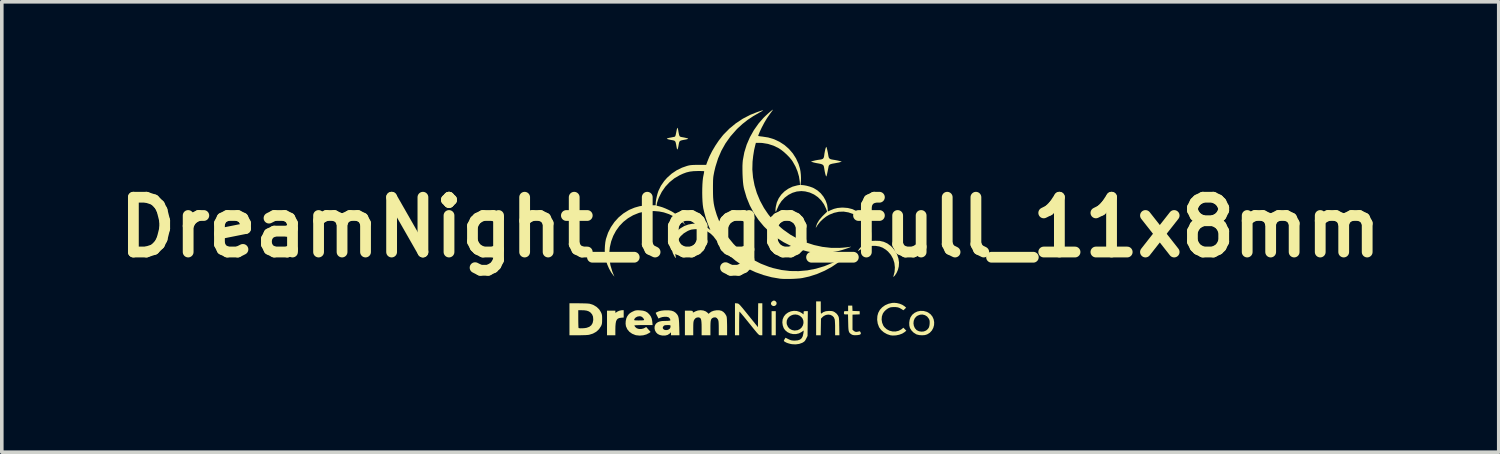
<source format=kicad_pcb>
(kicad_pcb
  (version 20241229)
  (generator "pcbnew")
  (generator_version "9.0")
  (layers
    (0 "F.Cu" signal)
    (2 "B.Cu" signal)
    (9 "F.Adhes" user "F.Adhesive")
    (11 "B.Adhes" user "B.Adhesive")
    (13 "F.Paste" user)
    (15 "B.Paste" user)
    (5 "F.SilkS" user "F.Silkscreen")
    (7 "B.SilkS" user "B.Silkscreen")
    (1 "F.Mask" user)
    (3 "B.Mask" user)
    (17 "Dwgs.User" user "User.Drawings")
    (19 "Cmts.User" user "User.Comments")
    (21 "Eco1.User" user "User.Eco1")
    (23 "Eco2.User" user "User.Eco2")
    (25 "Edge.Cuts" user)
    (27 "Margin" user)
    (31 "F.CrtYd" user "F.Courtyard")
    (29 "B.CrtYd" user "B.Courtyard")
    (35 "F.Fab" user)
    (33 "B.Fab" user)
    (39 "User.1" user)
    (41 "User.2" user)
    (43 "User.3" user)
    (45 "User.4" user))
  (footprint "DreamNight_logo_full_11x8mm"
    (layer "F.Cu")
    (at 17.824 3.272)
    (property "Reference" "DreamNight_logo_full_11x8mm" (at 0 0 0) (layer "F.SilkS") (effects (font (size 1.524 1.524) (thickness 0.3))))
    (attr board_only exclude_from_pos_files exclude_from_bom)
    (fp_poly (pts (xy 0.709 3.006) (xy 0.593 3.006) (xy 0.593 2.335) (xy 0.709 2.335)) (stroke (width 0) (type solid)) (fill yes) (layer "F.SilkS"))
    (fp_poly (pts (xy 0.709 2.064) (xy 0.732 2.1) (xy 0.73 2.138) (xy 0.715 2.164) (xy 0.685 2.187) (xy 0.646 2.193) (xy 0.608 2.18) (xy 0.604 2.177) (xy 0.577 2.143) (xy 0.576 2.106) (xy 0.598 2.071) (xy 0.638 2.043) (xy 0.676 2.042)) (stroke (width 0) (type solid)) (fill yes) (layer "F.SilkS"))
    (fp_poly (pts (xy -3.522 2.512) (xy -3.593 2.518) (xy -3.644 2.526) (xy -3.684 2.543) (xy -3.712 2.571) (xy -3.733 2.614) (xy -3.745 2.674) (xy -3.752 2.754) (xy -3.754 2.848) (xy -3.754 3.006) (xy -3.986 3.006) (xy -3.986 2.322) (xy -3.754 2.322) (xy -3.754 2.356) (xy -3.752 2.38) (xy -3.744 2.38) (xy -3.731 2.37) (xy -3.687 2.341) (xy -3.63 2.319) (xy -3.575 2.309) (xy -3.567 2.309) (xy -3.522 2.309)) (stroke (width 0) (type solid)) (fill yes) (layer "F.SilkS"))
    (fp_poly (pts (xy -0.371 2.118) (xy -0.356 2.12) (xy -0.343 2.123) (xy -0.328 2.13) (xy -0.311 2.143) (xy -0.29 2.164) (xy -0.262 2.195) (xy -0.225 2.238) (xy -0.178 2.295) (xy -0.118 2.369) (xy -0.052 2.451) (xy 0.213 2.78) (xy 0.22 2.116) (xy 0.335 2.116) (xy 0.335 3.006) (xy 0.286 3.006) (xy 0.273 3.005) (xy 0.26 3.003) (xy 0.246 2.996) (xy 0.229 2.982) (xy 0.208 2.961) (xy 0.179 2.929) (xy 0.142 2.884) (xy 0.094 2.826) (xy 0.033 2.75) (xy -0.026 2.677) (xy -0.09 2.598) (xy -0.149 2.525) (xy -0.201 2.462) (xy -0.244 2.411) (xy -0.276 2.373) (xy -0.295 2.352) (xy -0.3 2.348) (xy -0.303 2.36) (xy -0.305 2.395) (xy -0.307 2.448) (xy -0.308 2.518) (xy -0.309 2.599) (xy -0.31 2.677) (xy -0.31 3.006) (xy -0.426 3.006) (xy -0.426 2.114)) (stroke (width 0) (type solid)) (fill yes) (layer "F.SilkS"))
    (fp_poly (pts (xy 2.841 2.254) (xy 2.844 2.328) (xy 2.944 2.332) (xy 3.044 2.336) (xy 3.044 2.424) (xy 2.944 2.428) (xy 2.844 2.432) (xy 2.844 2.853) (xy 2.882 2.885) (xy 2.916 2.907) (xy 2.955 2.912) (xy 3.006 2.903) (xy 3.026 2.897) (xy 3.048 2.896) (xy 3.064 2.915) (xy 3.068 2.923) (xy 3.077 2.955) (xy 3.066 2.978) (xy 3.036 2.993) (xy 2.982 3.001) (xy 2.951 3.003) (xy 2.896 3.004) (xy 2.858 2.999) (xy 2.829 2.989) (xy 2.816 2.981) (xy 2.787 2.961) (xy 2.765 2.941) (xy 2.749 2.915) (xy 2.738 2.882) (xy 2.731 2.835) (xy 2.727 2.772) (xy 2.725 2.688) (xy 2.724 2.655) (xy 2.719 2.425) (xy 2.663 2.425) (xy 2.627 2.424) (xy 2.611 2.417) (xy 2.606 2.399) (xy 2.606 2.38) (xy 2.607 2.352) (xy 2.615 2.339) (xy 2.638 2.335) (xy 2.664 2.335) (xy 2.722 2.335) (xy 2.722 2.18) (xy 2.837 2.18)) (stroke (width 0) (type solid)) (fill yes) (layer "F.SilkS"))
    (fp_poly (pts (xy 1.961 2.24) (xy 1.961 2.31) (xy 1.962 2.358) (xy 1.964 2.387) (xy 1.968 2.401) (xy 1.974 2.403) (xy 1.983 2.397) (xy 1.983 2.396) (xy 2.038 2.359) (xy 2.102 2.337) (xy 2.182 2.329) (xy 2.193 2.329) (xy 2.248 2.33) (xy 2.288 2.336) (xy 2.322 2.348) (xy 2.348 2.363) (xy 2.403 2.406) (xy 2.438 2.453) (xy 2.449 2.474) (xy 2.458 2.494) (xy 2.464 2.518) (xy 2.468 2.551) (xy 2.471 2.595) (xy 2.473 2.656) (xy 2.474 2.738) (xy 2.475 2.757) (xy 2.479 3.006) (xy 2.361 3.006) (xy 2.36 2.809) (xy 2.36 2.736) (xy 2.357 2.668) (xy 2.354 2.611) (xy 2.35 2.572) (xy 2.348 2.562) (xy 2.324 2.505) (xy 2.282 2.464) (xy 2.229 2.438) (xy 2.169 2.43) (xy 2.106 2.44) (xy 2.047 2.468) (xy 2.014 2.495) (xy 1.967 2.542) (xy 1.963 2.774) (xy 1.959 3.006) (xy 1.832 3.006) (xy 1.832 2.064) (xy 1.961 2.064)) (stroke (width 0) (type solid)) (fill yes) (layer "F.SilkS"))
    (fp_poly (pts (xy 4.08 2.11) (xy 4.158 2.129) (xy 4.229 2.158) (xy 4.284 2.193) (xy 4.288 2.196) (xy 4.336 2.238) (xy 4.299 2.274) (xy 4.261 2.31) (xy 4.193 2.268) (xy 4.147 2.243) (xy 4.104 2.229) (xy 4.051 2.222) (xy 4.035 2.221) (xy 3.979 2.221) (xy 3.924 2.225) (xy 3.889 2.232) (xy 3.832 2.258) (xy 3.773 2.3) (xy 3.722 2.352) (xy 3.688 2.403) (xy 3.661 2.482) (xy 3.654 2.569) (xy 3.668 2.656) (xy 3.7 2.735) (xy 3.729 2.777) (xy 3.794 2.837) (xy 3.871 2.878) (xy 3.955 2.899) (xy 4.041 2.901) (xy 4.125 2.882) (xy 4.201 2.843) (xy 4.22 2.828) (xy 4.259 2.795) (xy 4.3 2.837) (xy 4.341 2.878) (xy 4.296 2.916) (xy 4.228 2.959) (xy 4.145 2.99) (xy 4.053 3.009) (xy 3.962 3.013) (xy 3.899 3.006) (xy 3.803 2.974) (xy 3.715 2.924) (xy 3.641 2.86) (xy 3.585 2.784) (xy 3.58 2.773) (xy 3.545 2.678) (xy 3.53 2.574) (xy 3.536 2.469) (xy 3.56 2.382) (xy 3.605 2.299) (xy 3.67 2.228) (xy 3.751 2.17) (xy 3.845 2.129) (xy 3.947 2.106) (xy 4.007 2.103)) (stroke (width 0) (type solid)) (fill yes) (layer "F.SilkS"))
    (fp_poly (pts (xy -2.018 -2.752) (xy -2.009 -2.718) (xy -2 -2.673) (xy -2 -2.667) (xy -1.988 -2.603) (xy -1.978 -2.56) (xy -1.965 -2.533) (xy -1.948 -2.519) (xy -1.923 -2.511) (xy -1.913 -2.509) (xy -1.84 -2.496) (xy -1.783 -2.483) (xy -1.745 -2.473) (xy -1.729 -2.464) (xy -1.729 -2.463) (xy -1.74 -2.455) (xy -1.77 -2.446) (xy -1.803 -2.439) (xy -1.871 -2.427) (xy -1.918 -2.416) (xy -1.949 -2.404) (xy -1.968 -2.386) (xy -1.98 -2.358) (xy -1.989 -2.316) (xy -1.999 -2.257) (xy -2.011 -2.201) (xy -2.022 -2.17) (xy -2.032 -2.164) (xy -2.041 -2.184) (xy -2.044 -2.195) (xy -2.051 -2.234) (xy -2.06 -2.283) (xy -2.064 -2.307) (xy -2.076 -2.36) (xy -2.092 -2.392) (xy -2.116 -2.41) (xy -2.152 -2.419) (xy -2.219 -2.431) (xy -2.272 -2.443) (xy -2.308 -2.454) (xy -2.322 -2.464) (xy -2.322 -2.464) (xy -2.31 -2.472) (xy -2.28 -2.482) (xy -2.248 -2.489) (xy -2.198 -2.498) (xy -2.151 -2.508) (xy -2.129 -2.512) (xy -2.111 -2.516) (xy -2.098 -2.521) (xy -2.088 -2.532) (xy -2.08 -2.552) (xy -2.071 -2.586) (xy -2.061 -2.637) (xy -2.05 -2.693) (xy -2.041 -2.733) (xy -2.032 -2.76) (xy -2.025 -2.767)) (stroke (width 0) (type solid)) (fill yes) (layer "F.SilkS"))
    (fp_poly (pts (xy 4.82 2.329) (xy 4.908 2.353) (xy 4.946 2.371) (xy 5.016 2.422) (xy 5.068 2.487) (xy 5.101 2.561) (xy 5.116 2.641) (xy 5.113 2.722) (xy 5.091 2.801) (xy 5.052 2.873) (xy 4.995 2.935) (xy 4.921 2.981) (xy 4.858 3) (xy 4.782 3.006) (xy 4.704 3.001) (xy 4.632 2.984) (xy 4.612 2.975) (xy 4.544 2.932) (xy 4.486 2.874) (xy 4.444 2.807) (xy 4.441 2.801) (xy 4.425 2.735) (xy 4.423 2.674) (xy 4.54 2.674) (xy 4.551 2.744) (xy 4.579 2.807) (xy 4.624 2.859) (xy 4.633 2.865) (xy 4.693 2.894) (xy 4.761 2.905) (xy 4.829 2.899) (xy 4.889 2.875) (xy 4.899 2.868) (xy 4.944 2.827) (xy 4.972 2.783) (xy 4.986 2.725) (xy 4.99 2.684) (xy 4.991 2.631) (xy 4.987 2.593) (xy 4.975 2.56) (xy 4.965 2.542) (xy 4.92 2.484) (xy 4.861 2.447) (xy 4.795 2.429) (xy 4.725 2.433) (xy 4.657 2.459) (xy 4.616 2.487) (xy 4.573 2.539) (xy 4.547 2.604) (xy 4.54 2.674) (xy 4.423 2.674) (xy 4.422 2.658) (xy 4.433 2.58) (xy 4.456 2.51) (xy 4.457 2.507) (xy 4.505 2.436) (xy 4.57 2.382) (xy 4.647 2.345) (xy 4.732 2.327)) (stroke (width 0) (type solid)) (fill yes) (layer "F.SilkS"))
    (fp_poly (pts (xy -4.776 2.116) (xy -4.694 2.117) (xy -4.616 2.119) (xy -4.549 2.121) (xy -4.498 2.125) (xy -4.467 2.129) (xy -4.466 2.129) (xy -4.363 2.164) (xy -4.275 2.217) (xy -4.203 2.287) (xy -4.158 2.358) (xy -4.141 2.395) (xy -4.13 2.429) (xy -4.124 2.466) (xy -4.122 2.516) (xy -4.122 2.561) (xy -4.123 2.625) (xy -4.126 2.671) (xy -4.134 2.707) (xy -4.147 2.74) (xy -4.152 2.751) (xy -4.209 2.837) (xy -4.284 2.907) (xy -4.377 2.959) (xy -4.484 2.992) (xy -4.489 2.993) (xy -4.524 2.997) (xy -4.58 3.001) (xy -4.649 3.003) (xy -4.728 3.005) (xy -4.794 3.006) (xy -5.031 3.006) (xy -5.031 2.309) (xy -4.786 2.309) (xy -4.786 2.552) (xy -4.785 2.629) (xy -4.784 2.696) (xy -4.782 2.751) (xy -4.78 2.788) (xy -4.777 2.804) (xy -4.777 2.804) (xy -4.758 2.809) (xy -4.721 2.812) (xy -4.672 2.811) (xy -4.62 2.808) (xy -4.571 2.801) (xy -4.554 2.798) (xy -4.479 2.771) (xy -4.423 2.727) (xy -4.386 2.665) (xy -4.37 2.588) (xy -4.369 2.561) (xy -4.376 2.485) (xy -4.401 2.425) (xy -4.444 2.374) (xy -4.45 2.369) (xy -4.495 2.34) (xy -4.549 2.321) (xy -4.619 2.311) (xy -4.686 2.309) (xy -4.786 2.309) (xy -5.031 2.309) (xy -5.031 2.116)) (stroke (width 0) (type solid)) (fill yes) (layer "F.SilkS"))
    (fp_poly (pts (xy 2.116 -2.236) (xy 2.123 -2.218) (xy 2.134 -2.181) (xy 2.146 -2.13) (xy 2.158 -2.073) (xy 2.168 -2.015) (xy 2.173 -1.983) (xy 2.184 -1.939) (xy 2.204 -1.91) (xy 2.239 -1.891) (xy 2.294 -1.88) (xy 2.309 -1.878) (xy 2.362 -1.869) (xy 2.424 -1.857) (xy 2.463 -1.848) (xy 2.546 -1.827) (xy 2.5 -1.811) (xy 2.464 -1.801) (xy 2.412 -1.791) (xy 2.357 -1.781) (xy 2.352 -1.78) (xy 2.283 -1.768) (xy 2.235 -1.755) (xy 2.205 -1.739) (xy 2.187 -1.717) (xy 2.178 -1.69) (xy 2.172 -1.656) (xy 2.162 -1.606) (xy 2.151 -1.55) (xy 2.147 -1.532) (xy 2.136 -1.481) (xy 2.126 -1.44) (xy 2.118 -1.416) (xy 2.115 -1.412) (xy 2.108 -1.421) (xy 2.097 -1.448) (xy 2.086 -1.487) (xy 2.073 -1.545) (xy 2.062 -1.607) (xy 2.057 -1.641) (xy 2.048 -1.689) (xy 2.033 -1.723) (xy 2.006 -1.745) (xy 1.963 -1.761) (xy 1.9 -1.774) (xy 1.893 -1.775) (xy 1.836 -1.785) (xy 1.782 -1.797) (xy 1.741 -1.808) (xy 1.736 -1.81) (xy 1.686 -1.827) (xy 1.762 -1.848) (xy 1.821 -1.862) (xy 1.885 -1.874) (xy 1.916 -1.878) (xy 1.975 -1.887) (xy 2.015 -1.901) (xy 2.038 -1.924) (xy 2.051 -1.961) (xy 2.056 -1.995) (xy 2.064 -2.052) (xy 2.075 -2.11) (xy 2.086 -2.162) (xy 2.098 -2.204) (xy 2.108 -2.23) (xy 2.115 -2.236)) (stroke (width 0) (type solid)) (fill yes) (layer "F.SilkS"))
    (fp_poly (pts (xy -3.096 2.311) (xy -3.072 2.312) (xy -2.986 2.321) (xy -2.918 2.341) (xy -2.862 2.373) (xy -2.813 2.42) (xy -2.771 2.476) (xy -2.744 2.537) (xy -2.729 2.61) (xy -2.726 2.639) (xy -2.718 2.722) (xy -2.972 2.722) (xy -3.049 2.722) (xy -3.117 2.724) (xy -3.172 2.726) (xy -3.209 2.729) (xy -3.225 2.733) (xy -3.225 2.733) (xy -3.218 2.75) (xy -3.2 2.776) (xy -3.198 2.778) (xy -3.157 2.812) (xy -3.101 2.83) (xy -3.037 2.832) (xy -2.974 2.818) (xy -2.935 2.799) (xy -2.896 2.775) (xy -2.835 2.844) (xy -2.773 2.914) (xy -2.811 2.941) (xy -2.889 2.982) (xy -2.98 3.007) (xy -3.077 3.015) (xy -3.173 3.005) (xy -3.199 2.999) (xy -3.289 2.962) (xy -3.364 2.908) (xy -3.421 2.84) (xy -3.457 2.76) (xy -3.459 2.755) (xy -3.469 2.685) (xy -3.465 2.609) (xy -3.458 2.578) (xy -3.23 2.578) (xy -3.225 2.586) (xy -3.209 2.59) (xy -3.178 2.592) (xy -3.127 2.593) (xy -3.095 2.593) (xy -3.032 2.592) (xy -2.991 2.59) (xy -2.967 2.587) (xy -2.956 2.58) (xy -2.954 2.573) (xy -2.963 2.551) (xy -2.984 2.523) (xy -2.992 2.514) (xy -3.024 2.489) (xy -3.058 2.478) (xy -3.088 2.477) (xy -3.141 2.486) (xy -3.188 2.511) (xy -3.22 2.546) (xy -3.229 2.567) (xy -3.23 2.578) (xy -3.458 2.578) (xy -3.449 2.536) (xy -3.428 2.487) (xy -3.391 2.433) (xy -3.351 2.393) (xy -3.297 2.359) (xy -3.259 2.341) (xy -3.219 2.323) (xy -3.184 2.314) (xy -3.146 2.31)) (stroke (width 0) (type solid)) (fill yes) (layer "F.SilkS"))
    (fp_poly (pts (xy -1.304 2.317) (xy -1.236 2.343) (xy -1.183 2.384) (xy -1.183 2.384) (xy -1.159 2.41) (xy -1.133 2.384) (xy -1.082 2.348) (xy -1.015 2.323) (xy -0.94 2.31) (xy -0.865 2.31) (xy -0.8 2.325) (xy -0.796 2.327) (xy -0.748 2.357) (xy -0.703 2.404) (xy -0.67 2.458) (xy -0.659 2.486) (xy -0.654 2.515) (xy -0.65 2.564) (xy -0.648 2.628) (xy -0.646 2.703) (xy -0.645 2.77) (xy -0.645 3.006) (xy -0.877 3.006) (xy -0.877 2.809) (xy -0.878 2.729) (xy -0.88 2.67) (xy -0.883 2.627) (xy -0.889 2.596) (xy -0.897 2.572) (xy -0.9 2.567) (xy -0.932 2.525) (xy -0.974 2.506) (xy -1.023 2.512) (xy -1.031 2.515) (xy -1.058 2.529) (xy -1.079 2.548) (xy -1.093 2.576) (xy -1.102 2.616) (xy -1.107 2.672) (xy -1.109 2.747) (xy -1.109 2.805) (xy -1.109 3.006) (xy -1.354 3.006) (xy -1.354 2.799) (xy -1.355 2.706) (xy -1.359 2.636) (xy -1.365 2.586) (xy -1.375 2.551) (xy -1.391 2.528) (xy -1.412 2.515) (xy -1.431 2.509) (xy -1.483 2.51) (xy -1.528 2.534) (xy -1.563 2.578) (xy -1.564 2.58) (xy -1.573 2.603) (xy -1.58 2.633) (xy -1.584 2.673) (xy -1.586 2.729) (xy -1.587 2.806) (xy -1.587 2.815) (xy -1.587 3.006) (xy -1.819 3.006) (xy -1.819 2.322) (xy -1.709 2.322) (xy -1.656 2.322) (xy -1.623 2.325) (xy -1.607 2.33) (xy -1.6 2.339) (xy -1.6 2.348) (xy -1.599 2.365) (xy -1.593 2.371) (xy -1.577 2.367) (xy -1.546 2.351) (xy -1.527 2.341) (xy -1.457 2.316) (xy -1.38 2.308)) (stroke (width 0) (type solid)) (fill yes) (layer "F.SilkS"))
    (fp_poly (pts (xy -2.191 2.322) (xy -2.129 2.344) (xy -2.079 2.378) (xy -2.067 2.39) (xy -2.039 2.421) (xy -2.018 2.452) (xy -2.003 2.488) (xy -1.992 2.533) (xy -1.985 2.591) (xy -1.98 2.666) (xy -1.977 2.762) (xy -1.976 2.77) (xy -1.971 3.006) (xy -2.206 3.006) (xy -2.206 2.923) (xy -2.243 2.959) (xy -2.3 2.996) (xy -2.371 3.014) (xy -2.451 3.013) (xy -2.518 2.998) (xy -2.577 2.969) (xy -2.622 2.924) (xy -2.652 2.869) (xy -2.664 2.81) (xy -2.662 2.781) (xy -2.434 2.781) (xy -2.433 2.812) (xy -2.415 2.838) (xy -2.384 2.856) (xy -2.343 2.862) (xy -2.298 2.856) (xy -2.271 2.845) (xy -2.237 2.819) (xy -2.221 2.783) (xy -2.219 2.753) (xy -2.22 2.736) (xy -2.229 2.727) (xy -2.251 2.723) (xy -2.291 2.722) (xy -2.303 2.722) (xy -2.353 2.724) (xy -2.386 2.73) (xy -2.408 2.744) (xy -2.412 2.748) (xy -2.434 2.781) (xy -2.662 2.781) (xy -2.659 2.75) (xy -2.634 2.696) (xy -2.605 2.665) (xy -2.566 2.639) (xy -2.518 2.621) (xy -2.458 2.61) (xy -2.378 2.606) (xy -2.352 2.606) (xy -2.299 2.605) (xy -2.257 2.601) (xy -2.231 2.597) (xy -2.226 2.594) (xy -2.225 2.571) (xy -2.239 2.541) (xy -2.262 2.515) (xy -2.279 2.504) (xy -2.326 2.492) (xy -2.385 2.491) (xy -2.447 2.499) (xy -2.499 2.515) (xy -2.554 2.54) (xy -2.593 2.464) (xy -2.613 2.424) (xy -2.626 2.395) (xy -2.632 2.382) (xy -2.621 2.374) (xy -2.593 2.36) (xy -2.564 2.347) (xy -2.517 2.331) (xy -2.463 2.32) (xy -2.393 2.313) (xy -2.366 2.312) (xy -2.268 2.312)) (stroke (width 0) (type solid)) (fill yes) (layer "F.SilkS"))
    (fp_poly (pts (xy 1.293 2.33) (xy 1.374 2.355) (xy 1.432 2.388) (xy 1.483 2.425) (xy 1.483 2.38) (xy 1.485 2.352) (xy 1.493 2.339) (xy 1.515 2.335) (xy 1.542 2.335) (xy 1.601 2.335) (xy 1.593 3.025) (xy 1.554 3.102) (xy 1.529 3.148) (xy 1.505 3.178) (xy 1.471 3.201) (xy 1.445 3.216) (xy 1.36 3.246) (xy 1.262 3.259) (xy 1.16 3.254) (xy 1.114 3.245) (xy 1.065 3.232) (xy 1.021 3.217) (xy 0.998 3.207) (xy 0.958 3.185) (xy 0.938 3.169) (xy 0.934 3.154) (xy 0.944 3.133) (xy 0.952 3.119) (xy 0.98 3.074) (xy 1.06 3.114) (xy 1.109 3.136) (xy 1.151 3.148) (xy 1.199 3.153) (xy 1.238 3.154) (xy 1.321 3.147) (xy 1.384 3.126) (xy 1.43 3.087) (xy 1.46 3.03) (xy 1.477 2.953) (xy 1.478 2.949) (xy 1.487 2.873) (xy 1.43 2.913) (xy 1.355 2.953) (xy 1.273 2.972) (xy 1.189 2.972) (xy 1.107 2.954) (xy 1.033 2.918) (xy 0.971 2.866) (xy 0.93 2.808) (xy 0.903 2.731) (xy 0.894 2.665) (xy 1.011 2.665) (xy 1.018 2.706) (xy 1.049 2.774) (xy 1.097 2.826) (xy 1.16 2.86) (xy 1.232 2.874) (xy 1.311 2.865) (xy 1.319 2.863) (xy 1.381 2.834) (xy 1.43 2.788) (xy 1.464 2.73) (xy 1.48 2.666) (xy 1.477 2.601) (xy 1.453 2.539) (xy 1.435 2.514) (xy 1.38 2.465) (xy 1.319 2.437) (xy 1.254 2.427) (xy 1.19 2.434) (xy 1.131 2.457) (xy 1.079 2.493) (xy 1.039 2.541) (xy 1.015 2.599) (xy 1.011 2.665) (xy 0.894 2.665) (xy 0.892 2.647) (xy 0.9 2.567) (xy 0.902 2.559) (xy 0.935 2.483) (xy 0.986 2.42) (xy 1.052 2.372) (xy 1.128 2.34) (xy 1.21 2.326)) (stroke (width 0) (type solid)) (fill yes) (layer "F.SilkS"))
    (fp_poly (pts (xy 0.355 -3.25) (xy 0.34 -3.238) (xy 0.304 -3.217) (xy 0.258 -3.192) (xy 0.083 -3.091) (xy -0.072 -2.988) (xy -0.213 -2.877) (xy -0.347 -2.755) (xy -0.394 -2.707) (xy -0.553 -2.525) (xy -0.689 -2.334) (xy -0.803 -2.131) (xy -0.896 -1.915) (xy -0.969 -1.684) (xy -1.002 -1.547) (xy -1.013 -1.49) (xy -1.022 -1.442) (xy -1.029 -1.397) (xy -1.033 -1.35) (xy -1.036 -1.297) (xy -1.037 -1.232) (xy -1.038 -1.15) (xy -1.038 -1.064) (xy -1.037 -0.941) (xy -1.034 -0.837) (xy -1.027 -0.747) (xy -1.017 -0.665) (xy -1.002 -0.586) (xy -0.982 -0.503) (xy -0.954 -0.411) (xy -0.933 -0.342) (xy -0.848 -0.12) (xy -0.741 0.09) (xy -0.613 0.285) (xy -0.466 0.465) (xy -0.301 0.63) (xy -0.119 0.776) (xy 0.08 0.905) (xy 0.294 1.014) (xy 0.521 1.102) (xy 0.632 1.136) (xy 0.868 1.19) (xy 1.106 1.218) (xy 1.346 1.221) (xy 1.586 1.2) (xy 1.825 1.154) (xy 2.061 1.084) (xy 2.292 0.99) (xy 2.517 0.872) (xy 2.606 0.818) (xy 2.715 0.748) (xy 2.619 0.838) (xy 2.453 0.977) (xy 2.268 1.102) (xy 2.069 1.21) (xy 1.86 1.3) (xy 1.644 1.37) (xy 1.451 1.413) (xy 1.381 1.423) (xy 1.293 1.43) (xy 1.195 1.436) (xy 1.092 1.439) (xy 0.993 1.439) (xy 0.905 1.437) (xy 0.834 1.432) (xy 0.826 1.431) (xy 0.596 1.392) (xy 0.369 1.331) (xy 0.148 1.252) (xy -0.061 1.155) (xy -0.203 1.074) (xy -0.411 0.93) (xy -0.6 0.769) (xy -0.77 0.592) (xy -0.92 0.396) (xy -0.947 0.357) (xy -1.028 0.25) (xy -1.116 0.168) (xy -1.211 0.108) (xy -1.317 0.071) (xy -1.435 0.054) (xy -1.523 0.054) (xy -1.587 0.059) (xy -1.635 0.065) (xy -1.677 0.077) (xy -1.724 0.096) (xy -1.747 0.107) (xy -1.852 0.171) (xy -1.941 0.253) (xy -2.011 0.351) (xy -2.06 0.461) (xy -2.078 0.526) (xy -2.084 0.579) (xy -2.087 0.647) (xy -2.085 0.72) (xy -2.08 0.79) (xy -2.072 0.845) (xy -2.07 0.851) (xy -2.071 0.86) (xy -2.084 0.848) (xy -2.107 0.815) (xy -2.108 0.814) (xy -2.156 0.718) (xy -2.182 0.613) (xy -2.188 0.504) (xy -2.175 0.393) (xy -2.142 0.286) (xy -2.091 0.186) (xy -2.023 0.098) (xy -1.951 0.035) (xy -1.841 -0.032) (xy -1.725 -0.075) (xy -1.606 -0.097) (xy -1.487 -0.097) (xy -1.371 -0.074) (xy -1.261 -0.029) (xy -1.167 0.034) (xy -1.109 0.081) (xy -1.155 -0.027) (xy -1.198 -0.138) (xy -1.24 -0.264) (xy -1.276 -0.395) (xy -1.306 -0.52) (xy -1.311 -0.548) (xy -1.322 -0.628) (xy -1.33 -0.725) (xy -1.335 -0.836) (xy -1.337 -0.953) (xy -1.336 -1.072) (xy -1.332 -1.186) (xy -1.325 -1.29) (xy -1.315 -1.377) (xy -1.306 -1.425) (xy -1.295 -1.479) (xy -1.287 -1.523) (xy -1.283 -1.551) (xy -1.284 -1.559) (xy -1.298 -1.561) (xy -1.333 -1.562) (xy -1.384 -1.564) (xy -1.446 -1.564) (xy -1.461 -1.564) (xy -1.579 -1.56) (xy -1.681 -1.548) (xy -1.777 -1.525) (xy -1.874 -1.489) (xy -1.967 -1.446) (xy -2.114 -1.36) (xy -2.247 -1.252) (xy -2.364 -1.127) (xy -2.462 -0.986) (xy -2.541 -0.831) (xy -2.554 -0.798) (xy -2.573 -0.744) (xy -2.59 -0.693) (xy -2.599 -0.654) (xy -2.6 -0.65) (xy -2.608 -0.6) (xy -2.513 -0.576) (xy -2.441 -0.554) (xy -2.358 -0.521) (xy -2.271 -0.482) (xy -2.191 -0.442) (xy -2.127 -0.403) (xy -2.123 -0.401) (xy -2.04 -0.336) (xy -1.959 -0.26) (xy -1.888 -0.18) (xy -1.858 -0.14) (xy -1.801 -0.058) (xy -1.865 -0.117) (xy -1.982 -0.211) (xy -2.117 -0.295) (xy -2.261 -0.364) (xy -2.406 -0.413) (xy -2.534 -0.438) (xy -2.675 -0.45) (xy -2.82 -0.447) (xy -2.96 -0.431) (xy -3.088 -0.402) (xy -3.101 -0.398) (xy -3.259 -0.334) (xy -3.403 -0.25) (xy -3.531 -0.149) (xy -3.643 -0.032) (xy -3.737 0.099) (xy -3.813 0.241) (xy -3.87 0.393) (xy -3.907 0.553) (xy -3.924 0.718) (xy -3.919 0.887) (xy -3.891 1.058) (xy -3.84 1.228) (xy -3.813 1.298) (xy -3.78 1.374) (xy -3.813 1.335) (xy -3.874 1.25) (xy -3.931 1.147) (xy -3.98 1.034) (xy -4.017 0.918) (xy -4.038 0.822) (xy -4.047 0.733) (xy -4.049 0.63) (xy -4.044 0.521) (xy -4.033 0.417) (xy -4.016 0.328) (xy -4.013 0.319) (xy -3.957 0.153) (xy -3.878 -0.002) (xy -3.78 -0.145) (xy -3.664 -0.273) (xy -3.532 -0.383) (xy -3.387 -0.473) (xy -3.353 -0.49) (xy -3.218 -0.546) (xy -3.083 -0.584) (xy -2.942 -0.605) (xy -2.809 -0.611) (xy -2.632 -0.612) (xy -2.632 -0.659) (xy -2.627 -0.716) (xy -2.616 -0.788) (xy -2.599 -0.866) (xy -2.579 -0.941) (xy -2.558 -1.005) (xy -2.558 -1.006) (xy -2.487 -1.152) (xy -2.395 -1.285) (xy -2.316 -1.375) (xy -2.187 -1.491) (xy -2.049 -1.584) (xy -1.9 -1.657) (xy -1.759 -1.706) (xy -1.717 -1.717) (xy -1.676 -1.725) (xy -1.632 -1.73) (xy -1.579 -1.733) (xy -1.51 -1.735) (xy -1.442 -1.735) (xy -1.227 -1.735) (xy -1.192 -1.832) (xy -1.135 -1.972) (xy -1.061 -2.119) (xy -0.973 -2.268) (xy -0.877 -2.411) (xy -0.776 -2.541) (xy -0.743 -2.58) (xy -0.581 -2.744) (xy -0.402 -2.891) (xy -0.207 -3.02) (xy -0.001 -3.127) (xy 0.187 -3.202) (xy 0.264 -3.228) (xy 0.317 -3.245) (xy 0.347 -3.252)) (stroke (width 0) (type solid)) (fill yes) (layer "F.SilkS"))
    (fp_poly (pts (xy 0.625 -3.26) (xy 0.605 -3.232) (xy 0.576 -3.192) (xy 0.55 -3.157) (xy 0.47 -3.042) (xy 0.391 -2.911) (xy 0.319 -2.774) (xy 0.271 -2.673) (xy 0.249 -2.621) (xy 0.232 -2.579) (xy 0.222 -2.551) (xy 0.219 -2.542) (xy 0.231 -2.537) (xy 0.263 -2.531) (xy 0.309 -2.525) (xy 0.33 -2.523) (xy 0.5 -2.497) (xy 0.662 -2.448) (xy 0.813 -2.377) (xy 0.952 -2.287) (xy 1.076 -2.178) (xy 1.184 -2.053) (xy 1.273 -1.913) (xy 1.343 -1.76) (xy 1.382 -1.632) (xy 1.397 -1.551) (xy 1.407 -1.461) (xy 1.411 -1.37) (xy 1.409 -1.287) (xy 1.402 -1.222) (xy 1.397 -1.191) (xy 1.402 -1.177) (xy 1.421 -1.174) (xy 1.43 -1.174) (xy 1.495 -1.168) (xy 1.574 -1.153) (xy 1.656 -1.13) (xy 1.732 -1.103) (xy 1.763 -1.089) (xy 1.867 -1.026) (xy 1.96 -0.945) (xy 2.037 -0.849) (xy 2.097 -0.742) (xy 2.137 -0.629) (xy 2.154 -0.514) (xy 2.154 -0.493) (xy 2.155 -0.46) (xy 2.158 -0.441) (xy 2.16 -0.439) (xy 2.173 -0.444) (xy 2.202 -0.457) (xy 2.227 -0.47) (xy 2.327 -0.511) (xy 2.428 -0.536) (xy 2.541 -0.546) (xy 2.574 -0.547) (xy 2.713 -0.536) (xy 2.84 -0.504) (xy 2.959 -0.448) (xy 3.071 -0.369) (xy 3.135 -0.31) (xy 3.228 -0.202) (xy 3.297 -0.09) (xy 3.341 0.03) (xy 3.363 0.158) (xy 3.365 0.258) (xy 3.36 0.381) (xy 3.479 0.376) (xy 3.602 0.38) (xy 3.712 0.405) (xy 3.813 0.451) (xy 3.908 0.521) (xy 3.958 0.569) (xy 4.029 0.658) (xy 4.085 0.76) (xy 4.121 0.869) (xy 4.138 0.98) (xy 4.132 1.087) (xy 4.132 1.089) (xy 4.108 1.184) (xy 4.07 1.271) (xy 4.022 1.344) (xy 4.012 1.354) (xy 3.988 1.378) (xy 3.979 1.382) (xy 3.98 1.374) (xy 4.014 1.244) (xy 4.023 1.116) (xy 4.009 0.994) (xy 3.972 0.878) (xy 3.913 0.771) (xy 3.833 0.677) (xy 3.77 0.624) (xy 3.682 0.569) (xy 3.59 0.535) (xy 3.487 0.519) (xy 3.396 0.519) (xy 3.288 0.53) (xy 3.194 0.555) (xy 3.107 0.595) (xy 3.057 0.626) (xy 3.023 0.647) (xy 3 0.66) (xy 2.993 0.662) (xy 3 0.649) (xy 3.018 0.621) (xy 3.039 0.593) (xy 3.083 0.544) (xy 3.143 0.493) (xy 3.209 0.448) (xy 3.271 0.416) (xy 3.284 0.411) (xy 3.311 0.399) (xy 3.324 0.383) (xy 3.328 0.355) (xy 3.328 0.336) (xy 3.315 0.21) (xy 3.279 0.086) (xy 3.222 -0.033) (xy 3.147 -0.143) (xy 3.057 -0.239) (xy 2.953 -0.319) (xy 2.866 -0.366) (xy 2.731 -0.413) (xy 2.597 -0.435) (xy 2.461 -0.43) (xy 2.326 -0.4) (xy 2.197 -0.348) (xy 2.11 -0.297) (xy 2.024 -0.229) (xy 1.945 -0.153) (xy 1.881 -0.073) (xy 1.858 -0.039) (xy 1.837 -0.003) (xy 1.825 0.011) (xy 1.823 0.005) (xy 1.825 -0.006) (xy 1.858 -0.1) (xy 1.914 -0.196) (xy 1.995 -0.293) (xy 2.025 -0.324) (xy 2.138 -0.434) (xy 2.11 -0.512) (xy 2.052 -0.636) (xy 1.975 -0.744) (xy 1.881 -0.837) (xy 1.774 -0.911) (xy 1.655 -0.965) (xy 1.527 -0.997) (xy 1.418 -1.006) (xy 1.293 -0.994) (xy 1.173 -0.958) (xy 1.06 -0.9) (xy 0.958 -0.823) (xy 0.869 -0.728) (xy 0.796 -0.617) (xy 0.742 -0.497) (xy 0.724 -0.452) (xy 0.711 -0.432) (xy 0.703 -0.436) (xy 0.7 -0.464) (xy 0.703 -0.513) (xy 0.709 -0.564) (xy 0.738 -0.688) (xy 0.79 -0.804) (xy 0.862 -0.908) (xy 0.952 -0.998) (xy 1.058 -1.072) (xy 1.176 -1.129) (xy 1.306 -1.164) (xy 1.327 -1.168) (xy 1.384 -1.177) (xy 1.376 -1.275) (xy 1.355 -1.411) (xy 1.314 -1.553) (xy 1.256 -1.692) (xy 1.183 -1.822) (xy 1.155 -1.864) (xy 1.095 -1.938) (xy 1.02 -2.016) (xy 0.938 -2.091) (xy 0.855 -2.156) (xy 0.792 -2.198) (xy 0.647 -2.269) (xy 0.494 -2.318) (xy 0.337 -2.344) (xy 0.25 -2.348) (xy 0.156 -2.348) (xy 0.141 -2.293) (xy 0.107 -2.149) (xy 0.081 -1.987) (xy 0.063 -1.825) (xy 0.057 -1.606) (xy 0.076 -1.385) (xy 0.118 -1.165) (xy 0.183 -0.949) (xy 0.271 -0.738) (xy 0.38 -0.537) (xy 0.495 -0.366) (xy 0.55 -0.297) (xy 0.619 -0.219) (xy 0.698 -0.136) (xy 0.779 -0.056) (xy 0.856 0.015) (xy 0.923 0.071) (xy 1.119 0.209) (xy 1.328 0.326) (xy 1.547 0.422) (xy 1.773 0.495) (xy 2.005 0.546) (xy 2.24 0.573) (xy 2.475 0.575) (xy 2.568 0.569) (xy 2.635 0.563) (xy 2.695 0.556) (xy 2.743 0.551) (xy 2.771 0.546) (xy 2.774 0.546) (xy 2.8 0.541) (xy 2.803 0.543) (xy 2.788 0.552) (xy 2.755 0.565) (xy 2.709 0.583) (xy 2.656 0.601) (xy 2.553 0.634) (xy 2.462 0.659) (xy 2.376 0.678) (xy 2.289 0.69) (xy 2.194 0.698) (xy 2.085 0.701) (xy 1.993 0.702) (xy 1.896 0.702) (xy 1.819 0.7) (xy 1.758 0.698) (xy 1.706 0.693) (xy 1.659 0.687) (xy 1.611 0.678) (xy 1.591 0.674) (xy 1.359 0.61) (xy 1.136 0.523) (xy 0.926 0.416) (xy 0.729 0.288) (xy 0.546 0.141) (xy 0.379 -0.023) (xy 0.229 -0.203) (xy 0.098 -0.398) (xy -0.013 -0.606) (xy -0.103 -0.827) (xy -0.171 -1.058) (xy -0.181 -1.103) (xy -0.194 -1.177) (xy -0.204 -1.27) (xy -0.211 -1.376) (xy -0.216 -1.488) (xy -0.218 -1.601) (xy -0.218 -1.708) (xy -0.213 -1.802) (xy -0.207 -1.865) (xy -0.166 -2.084) (xy -0.1 -2.298) (xy -0.01 -2.505) (xy 0.101 -2.703) (xy 0.233 -2.889) (xy 0.361 -3.036) (xy 0.396 -3.071) (xy 0.438 -3.111) (xy 0.484 -3.153) (xy 0.529 -3.193) (xy 0.57 -3.228) (xy 0.604 -3.255) (xy 0.626 -3.27) (xy 0.632 -3.272)) (stroke (width 0) (type solid)) (fill yes) (layer "F.SilkS")))
  (gr_rect
    (start -3 -3)
    (end 38.647 9.531)
    (stroke (width 0.1) (type default))
    (fill no)
    (layer "Edge.Cuts")))
</source>
